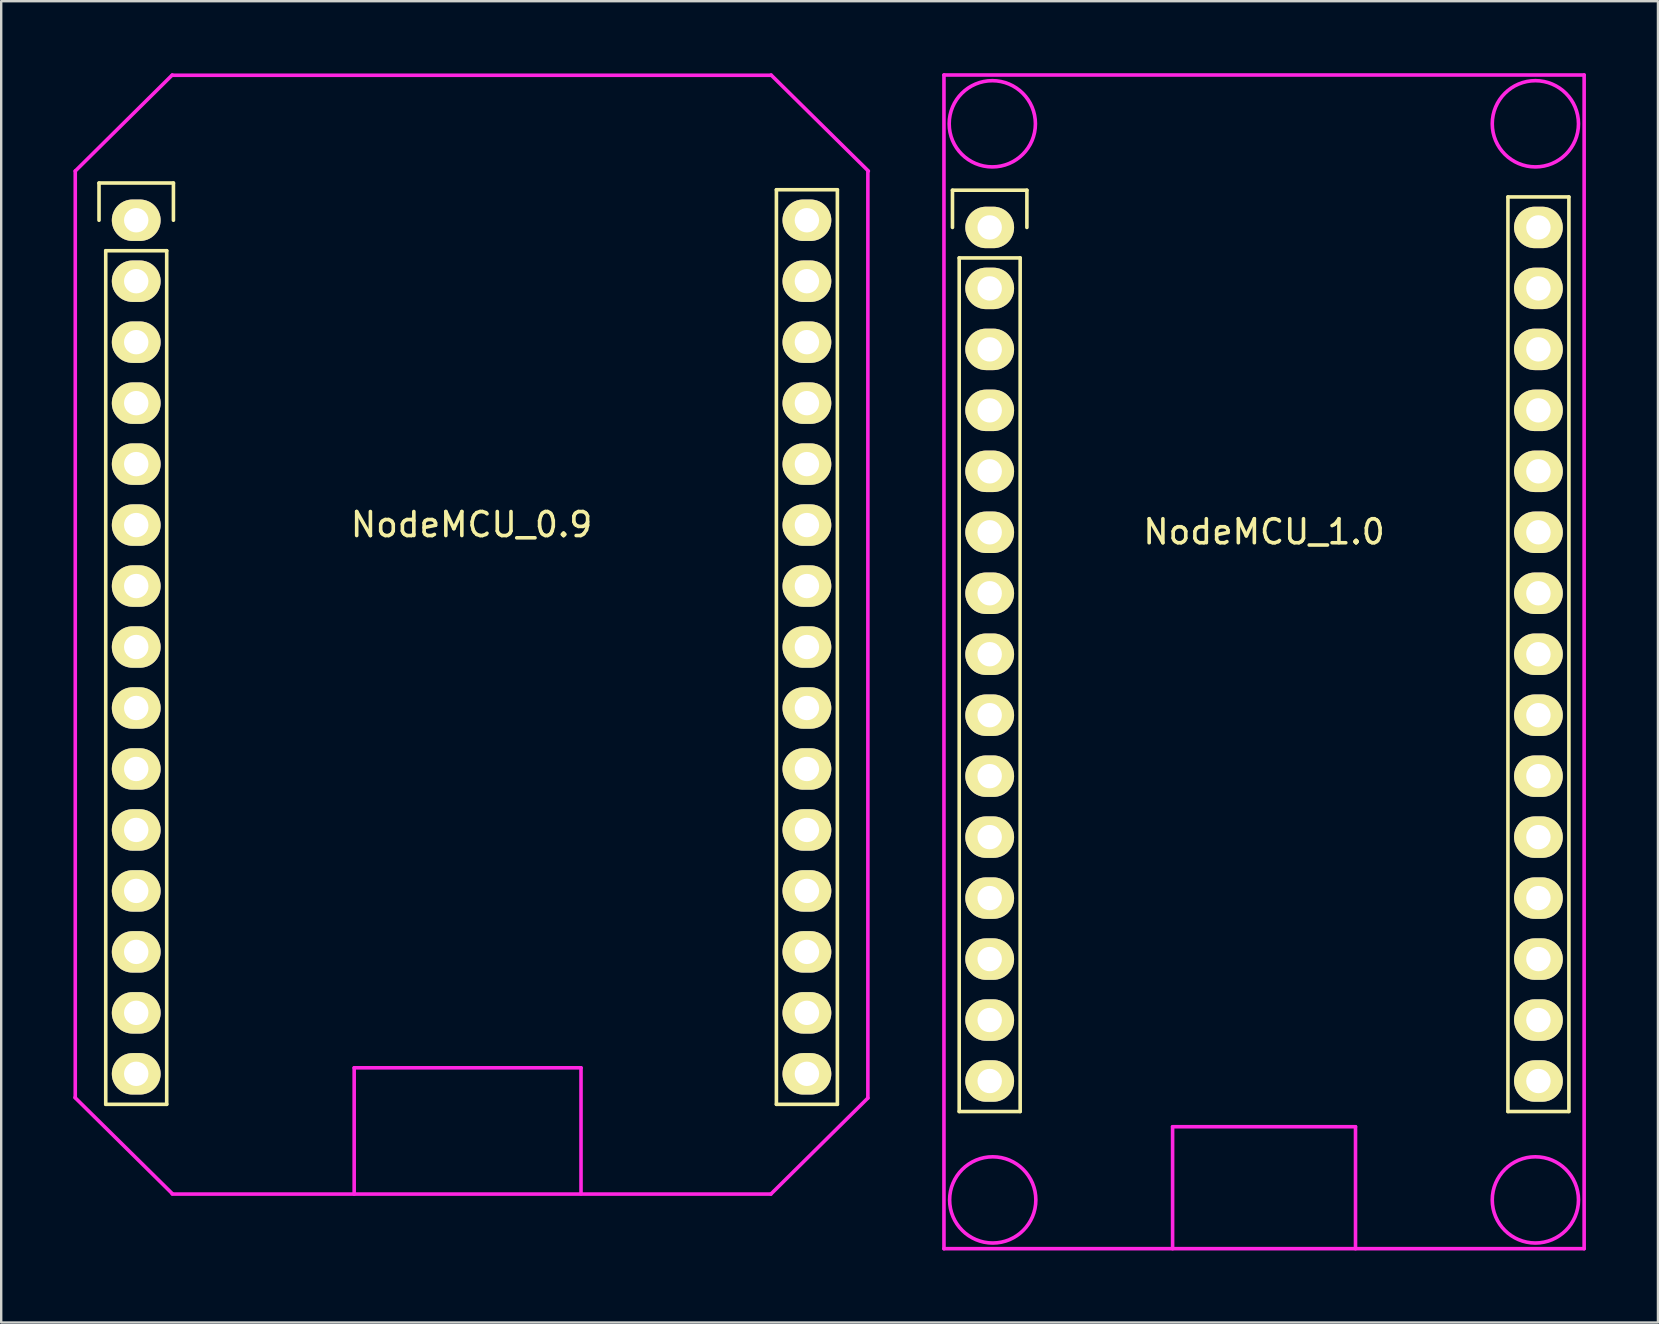
<source format=kicad_pcb>
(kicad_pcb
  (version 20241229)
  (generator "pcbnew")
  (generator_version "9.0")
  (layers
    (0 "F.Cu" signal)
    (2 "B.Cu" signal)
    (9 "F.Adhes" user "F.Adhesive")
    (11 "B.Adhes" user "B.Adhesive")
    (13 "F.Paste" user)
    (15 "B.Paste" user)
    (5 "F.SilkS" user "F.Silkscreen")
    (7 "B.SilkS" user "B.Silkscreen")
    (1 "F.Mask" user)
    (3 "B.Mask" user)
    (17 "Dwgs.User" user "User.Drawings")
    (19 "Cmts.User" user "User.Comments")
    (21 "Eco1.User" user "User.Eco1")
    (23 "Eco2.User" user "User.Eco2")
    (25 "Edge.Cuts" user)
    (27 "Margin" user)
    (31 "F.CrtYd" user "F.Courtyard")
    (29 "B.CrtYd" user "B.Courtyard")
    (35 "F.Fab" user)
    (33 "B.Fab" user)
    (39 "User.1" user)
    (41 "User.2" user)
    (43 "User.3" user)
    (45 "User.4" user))
  (footprint "NodeMCU_1.0"
    (layer "F.Cu")
    (at 38.18 6.425)
    (property "Reference" "NodeMCU_1.0" (at 11.43 12.68 0) (layer "F.SilkS") (effects (font (size 1 1) (thickness 0.15))))
    (attr through_hole)
    (fp_line (start -1.55 -1.55) (end 1.55 -1.55) (stroke (width 0.15) (type solid)) (layer "F.SilkS"))
    (fp_line (start -1.55 0) (end -1.55 -1.55) (stroke (width 0.15) (type solid)) (layer "F.SilkS"))
    (fp_line (start -1.27 1.27) (end -1.27 36.83) (stroke (width 0.15) (type solid)) (layer "F.SilkS"))
    (fp_line (start -1.27 36.83) (end 1.27 36.83) (stroke (width 0.15) (type solid)) (layer "F.SilkS"))
    (fp_line (start 1.27 1.27) (end -1.27 1.27) (stroke (width 0.15) (type solid)) (layer "F.SilkS"))
    (fp_line (start 1.27 36.83) (end 1.27 1.27) (stroke (width 0.15) (type solid)) (layer "F.SilkS"))
    (fp_line (start 1.55 -1.55) (end 1.55 0) (stroke (width 0.15) (type solid)) (layer "F.SilkS"))
    (fp_line (start 21.59 -1.27) (end 21.59 36.83) (stroke (width 0.15) (type solid)) (layer "F.SilkS"))
    (fp_line (start 21.59 36.83) (end 24.13 36.83) (stroke (width 0.15) (type solid)) (layer "F.SilkS"))
    (fp_line (start 24.13 -1.27) (end 21.59 -1.27) (stroke (width 0.15) (type solid)) (layer "F.SilkS"))
    (fp_line (start 24.13 36.83) (end 24.13 -1.27) (stroke (width 0.15) (type solid)) (layer "F.SilkS"))
    (fp_line (start -1.905 -6.35) (end 24.765 -6.35) (stroke (width 0.15) (type solid)) (layer "F.CrtYd"))
    (fp_line (start -1.905 42.545) (end -1.905 -6.35) (stroke (width 0.15) (type solid)) (layer "F.CrtYd"))
    (fp_line (start 7.62 37.465) (end 15.24 37.465) (stroke (width 0.15) (type solid)) (layer "F.CrtYd"))
    (fp_line (start 7.62 42.545) (end 7.62 37.465) (stroke (width 0.15) (type solid)) (layer "F.CrtYd"))
    (fp_line (start 15.24 37.465) (end 15.24 42.545) (stroke (width 0.15) (type solid)) (layer "F.CrtYd"))
    (fp_line (start 24.765 -6.35) (end 24.765 42.545) (stroke (width 0.15) (type solid)) (layer "F.CrtYd"))
    (fp_line (start 24.765 42.545) (end -1.905 42.545) (stroke (width 0.15) (type solid)) (layer "F.CrtYd"))
    (fp_circle (center 0.109 -4.318) (end 1.379 -3.048) (stroke (width 0.15) (type solid)) (fill no) (layer "F.CrtYd"))
    (fp_circle (center 0.127 40.513) (end 1.397 41.783) (stroke (width 0.15) (type solid)) (fill no) (layer "F.CrtYd"))
    (fp_circle (center 22.733 -4.318) (end 24.003 -3.048) (stroke (width 0.15) (type solid)) (fill no) (layer "F.CrtYd"))
    (fp_circle (center 22.733 40.513) (end 24.003 41.783) (stroke (width 0.15) (type solid)) (fill no) (layer "F.CrtYd"))
    (pad "1" thru_hole oval (at 0 0) (size 2.032 1.727) (drill 1.016) (layers "*.Cu" "*.Mask" "F.SilkS"))
    (pad "2" thru_hole oval (at 0 2.54) (size 2.032 1.727) (drill 1.016) (layers "*.Cu" "*.Mask" "F.SilkS"))
    (pad "3" thru_hole oval (at 0 5.08) (size 2.032 1.727) (drill 1.016) (layers "*.Cu" "*.Mask" "F.SilkS"))
    (pad "4" thru_hole oval (at 0 7.62) (size 2.032 1.727) (drill 1.016) (layers "*.Cu" "*.Mask" "F.SilkS"))
    (pad "5" thru_hole oval (at 0 10.16) (size 2.032 1.727) (drill 1.016) (layers "*.Cu" "*.Mask" "F.SilkS"))
    (pad "6" thru_hole oval (at 0 12.7) (size 2.032 1.727) (drill 1.016) (layers "*.Cu" "*.Mask" "F.SilkS"))
    (pad "7" thru_hole oval (at 0 15.24) (size 2.032 1.727) (drill 1.016) (layers "*.Cu" "*.Mask" "F.SilkS"))
    (pad "8" thru_hole oval (at 0 17.78) (size 2.032 1.727) (drill 1.016) (layers "*.Cu" "*.Mask" "F.SilkS"))
    (pad "9" thru_hole oval (at 0 20.32) (size 2.032 1.727) (drill 1.016) (layers "*.Cu" "*.Mask" "F.SilkS"))
    (pad "10" thru_hole oval (at 0 22.86) (size 2.032 1.727) (drill 1.016) (layers "*.Cu" "*.Mask" "F.SilkS"))
    (pad "11" thru_hole oval (at 0 25.4) (size 2.032 1.727) (drill 1.016) (layers "*.Cu" "*.Mask" "F.SilkS"))
    (pad "12" thru_hole oval (at 0 27.94) (size 2.032 1.727) (drill 1.016) (layers "*.Cu" "*.Mask" "F.SilkS"))
    (pad "13" thru_hole oval (at 0 30.48) (size 2.032 1.727) (drill 1.016) (layers "*.Cu" "*.Mask" "F.SilkS"))
    (pad "14" thru_hole oval (at 0 33.02) (size 2.032 1.727) (drill 1.016) (layers "*.Cu" "*.Mask" "F.SilkS"))
    (pad "15" thru_hole oval (at 0 35.56) (size 2.032 1.727) (drill 1.016) (layers "*.Cu" "*.Mask" "F.SilkS"))
    (pad "16" thru_hole oval (at 22.86 35.56) (size 2.032 1.727) (drill 1.016) (layers "*.Cu" "*.Mask" "F.SilkS"))
    (pad "17" thru_hole oval (at 22.86 33.02) (size 2.032 1.727) (drill 1.016) (layers "*.Cu" "*.Mask" "F.SilkS"))
    (pad "18" thru_hole oval (at 22.86 30.48) (size 2.032 1.727) (drill 1.016) (layers "*.Cu" "*.Mask" "F.SilkS"))
    (pad "19" thru_hole oval (at 22.86 27.94) (size 2.032 1.727) (drill 1.016) (layers "*.Cu" "*.Mask" "F.SilkS"))
    (pad "20" thru_hole oval (at 22.86 25.4) (size 2.032 1.727) (drill 1.016) (layers "*.Cu" "*.Mask" "F.SilkS"))
    (pad "21" thru_hole oval (at 22.86 22.86) (size 2.032 1.727) (drill 1.016) (layers "*.Cu" "*.Mask" "F.SilkS"))
    (pad "22" thru_hole oval (at 22.86 20.32) (size 2.032 1.727) (drill 1.016) (layers "*.Cu" "*.Mask" "F.SilkS"))
    (pad "23" thru_hole oval (at 22.86 17.78) (size 2.032 1.727) (drill 1.016) (layers "*.Cu" "*.Mask" "F.SilkS"))
    (pad "24" thru_hole oval (at 22.86 15.24) (size 2.032 1.727) (drill 1.016) (layers "*.Cu" "*.Mask" "F.SilkS"))
    (pad "25" thru_hole oval (at 22.86 12.7) (size 2.032 1.727) (drill 1.016) (layers "*.Cu" "*.Mask" "F.SilkS"))
    (pad "26" thru_hole oval (at 22.86 10.16) (size 2.032 1.727) (drill 1.016) (layers "*.Cu" "*.Mask" "F.SilkS"))
    (pad "27" thru_hole oval (at 22.86 7.62) (size 2.032 1.727) (drill 1.016) (layers "*.Cu" "*.Mask" "F.SilkS"))
    (pad "28" thru_hole oval (at 22.86 5.08) (size 2.032 1.727) (drill 1.016) (layers "*.Cu" "*.Mask" "F.SilkS"))
    (pad "29" thru_hole oval (at 22.86 2.54) (size 2.032 1.727) (drill 1.016) (layers "*.Cu" "*.Mask" "F.SilkS"))
    (pad "30" thru_hole oval (at 22.86 0) (size 2.032 1.727) (drill 1.016) (layers "*.Cu" "*.Mask" "F.SilkS")))
  (footprint "NodeMCU_0.9"
    (layer "F.Cu")
    (at 2.625 6.125)
    (property "Reference" "NodeMCU_0.9" (at 13.97 12.68 0) (layer "F.SilkS") (effects (font (size 1 1) (thickness 0.15))))
    (attr through_hole)
    (fp_line (start -1.55 -1.55) (end 1.55 -1.55) (stroke (width 0.15) (type solid)) (layer "F.SilkS"))
    (fp_line (start -1.55 0) (end -1.55 -1.55) (stroke (width 0.15) (type solid)) (layer "F.SilkS"))
    (fp_line (start -1.27 1.27) (end -1.27 36.83) (stroke (width 0.15) (type solid)) (layer "F.SilkS"))
    (fp_line (start -1.27 36.83) (end 1.27 36.83) (stroke (width 0.15) (type solid)) (layer "F.SilkS"))
    (fp_line (start 1.27 1.27) (end -1.27 1.27) (stroke (width 0.15) (type solid)) (layer "F.SilkS"))
    (fp_line (start 1.27 36.83) (end 1.27 1.27) (stroke (width 0.15) (type solid)) (layer "F.SilkS"))
    (fp_line (start 1.55 -1.55) (end 1.55 0) (stroke (width 0.15) (type solid)) (layer "F.SilkS"))
    (fp_line (start 26.67 -1.27) (end 26.67 36.83) (stroke (width 0.15) (type solid)) (layer "F.SilkS"))
    (fp_line (start 26.67 36.83) (end 29.21 36.83) (stroke (width 0.15) (type solid)) (layer "F.SilkS"))
    (fp_line (start 29.21 -1.27) (end 26.67 -1.27) (stroke (width 0.15) (type solid)) (layer "F.SilkS"))
    (fp_line (start 29.21 36.83) (end 29.21 -1.27) (stroke (width 0.15) (type solid)) (layer "F.SilkS"))
    (fp_line (start -2.54 36.55) (end -2.54 -2.05) (stroke (width 0.15) (type solid)) (layer "F.CrtYd"))
    (fp_line (start 1.498 -6.04) (end 26.45 -6.04) (stroke (width 0.15) (type solid)) (layer "F.CrtYd"))
    (fp_line (start 1.5 40.569) (end 26.44 40.569) (stroke (width 0.15) (type solid)) (layer "F.CrtYd"))
    (fp_line (start 1.5 -6.05) (end -2.54 -2.05) (stroke (width 0.15) (type solid)) (layer "F.CrtYd"))
    (fp_line (start 1.5 40.55) (end -2.55 36.55) (stroke (width 0.15) (type solid)) (layer "F.CrtYd"))
    (fp_line (start 9.08 35.31) (end 18.53 35.31) (stroke (width 0.15) (type solid)) (layer "F.CrtYd"))
    (fp_line (start 9.08 40.57) (end 9.08 35.31) (stroke (width 0.15) (type solid)) (layer "F.CrtYd"))
    (fp_line (start 18.53 35.31) (end 18.53 40.56) (stroke (width 0.15) (type solid)) (layer "F.CrtYd"))
    (fp_line (start 30.48 -2.05) (end 30.48 36.57) (stroke (width 0.15) (type solid)) (layer "F.CrtYd"))
    (fp_line (start 30.48 36.57) (end 26.44 40.57) (stroke (width 0.15) (type solid)) (layer "F.CrtYd"))
    (fp_line (start 30.5 -2.05) (end 26.45 -6.05) (stroke (width 0.15) (type solid)) (layer "F.CrtYd"))
    (pad "1" thru_hole oval (at 0 0) (size 2.032 1.727) (drill 1.016) (layers "*.Cu" "*.Mask" "F.SilkS"))
    (pad "2" thru_hole oval (at 0 2.54) (size 2.032 1.727) (drill 1.016) (layers "*.Cu" "*.Mask" "F.SilkS"))
    (pad "3" thru_hole oval (at 0 5.08) (size 2.032 1.727) (drill 1.016) (layers "*.Cu" "*.Mask" "F.SilkS"))
    (pad "4" thru_hole oval (at 0 7.62) (size 2.032 1.727) (drill 1.016) (layers "*.Cu" "*.Mask" "F.SilkS"))
    (pad "5" thru_hole oval (at 0 10.16) (size 2.032 1.727) (drill 1.016) (layers "*.Cu" "*.Mask" "F.SilkS"))
    (pad "6" thru_hole oval (at 0 12.7) (size 2.032 1.727) (drill 1.016) (layers "*.Cu" "*.Mask" "F.SilkS"))
    (pad "7" thru_hole oval (at 0 15.24) (size 2.032 1.727) (drill 1.016) (layers "*.Cu" "*.Mask" "F.SilkS"))
    (pad "8" thru_hole oval (at 0 17.78) (size 2.032 1.727) (drill 1.016) (layers "*.Cu" "*.Mask" "F.SilkS"))
    (pad "9" thru_hole oval (at 0 20.32) (size 2.032 1.727) (drill 1.016) (layers "*.Cu" "*.Mask" "F.SilkS"))
    (pad "10" thru_hole oval (at 0 22.86) (size 2.032 1.727) (drill 1.016) (layers "*.Cu" "*.Mask" "F.SilkS"))
    (pad "11" thru_hole oval (at 0 25.4) (size 2.032 1.727) (drill 1.016) (layers "*.Cu" "*.Mask" "F.SilkS"))
    (pad "12" thru_hole oval (at 0 27.94) (size 2.032 1.727) (drill 1.016) (layers "*.Cu" "*.Mask" "F.SilkS"))
    (pad "13" thru_hole oval (at 0 30.48) (size 2.032 1.727) (drill 1.016) (layers "*.Cu" "*.Mask" "F.SilkS"))
    (pad "14" thru_hole oval (at 0 33.02) (size 2.032 1.727) (drill 1.016) (layers "*.Cu" "*.Mask" "F.SilkS"))
    (pad "15" thru_hole oval (at 0 35.56) (size 2.032 1.727) (drill 1.016) (layers "*.Cu" "*.Mask" "F.SilkS"))
    (pad "16" thru_hole oval (at 27.94 35.56) (size 2.032 1.727) (drill 1.016) (layers "*.Cu" "*.Mask" "F.SilkS"))
    (pad "17" thru_hole oval (at 27.94 33.02) (size 2.032 1.727) (drill 1.016) (layers "*.Cu" "*.Mask" "F.SilkS"))
    (pad "18" thru_hole oval (at 27.94 30.48) (size 2.032 1.727) (drill 1.016) (layers "*.Cu" "*.Mask" "F.SilkS"))
    (pad "19" thru_hole oval (at 27.94 27.94) (size 2.032 1.727) (drill 1.016) (layers "*.Cu" "*.Mask" "F.SilkS"))
    (pad "20" thru_hole oval (at 27.94 25.4) (size 2.032 1.727) (drill 1.016) (layers "*.Cu" "*.Mask" "F.SilkS"))
    (pad "21" thru_hole oval (at 27.94 22.86) (size 2.032 1.727) (drill 1.016) (layers "*.Cu" "*.Mask" "F.SilkS"))
    (pad "22" thru_hole oval (at 27.94 20.32) (size 2.032 1.727) (drill 1.016) (layers "*.Cu" "*.Mask" "F.SilkS"))
    (pad "23" thru_hole oval (at 27.94 17.78) (size 2.032 1.727) (drill 1.016) (layers "*.Cu" "*.Mask" "F.SilkS"))
    (pad "24" thru_hole oval (at 27.94 15.24) (size 2.032 1.727) (drill 1.016) (layers "*.Cu" "*.Mask" "F.SilkS"))
    (pad "25" thru_hole oval (at 27.94 12.7) (size 2.032 1.727) (drill 1.016) (layers "*.Cu" "*.Mask" "F.SilkS"))
    (pad "26" thru_hole oval (at 27.94 10.16) (size 2.032 1.727) (drill 1.016) (layers "*.Cu" "*.Mask" "F.SilkS"))
    (pad "27" thru_hole oval (at 27.94 7.62) (size 2.032 1.727) (drill 1.016) (layers "*.Cu" "*.Mask" "F.SilkS"))
    (pad "28" thru_hole oval (at 27.94 5.08) (size 2.032 1.727) (drill 1.016) (layers "*.Cu" "*.Mask" "F.SilkS"))
    (pad "29" thru_hole oval (at 27.94 2.54) (size 2.032 1.727) (drill 1.016) (layers "*.Cu" "*.Mask" "F.SilkS"))
    (pad "30" thru_hole oval (at 27.94 0) (size 2.032 1.727) (drill 1.016) (layers "*.Cu" "*.Mask" "F.SilkS")))
  (gr_rect
    (start -3 -3)
    (end 66.02 52.045)
    (stroke (width 0.1) (type default))
    (fill no)
    (layer "Edge.Cuts")))
</source>
